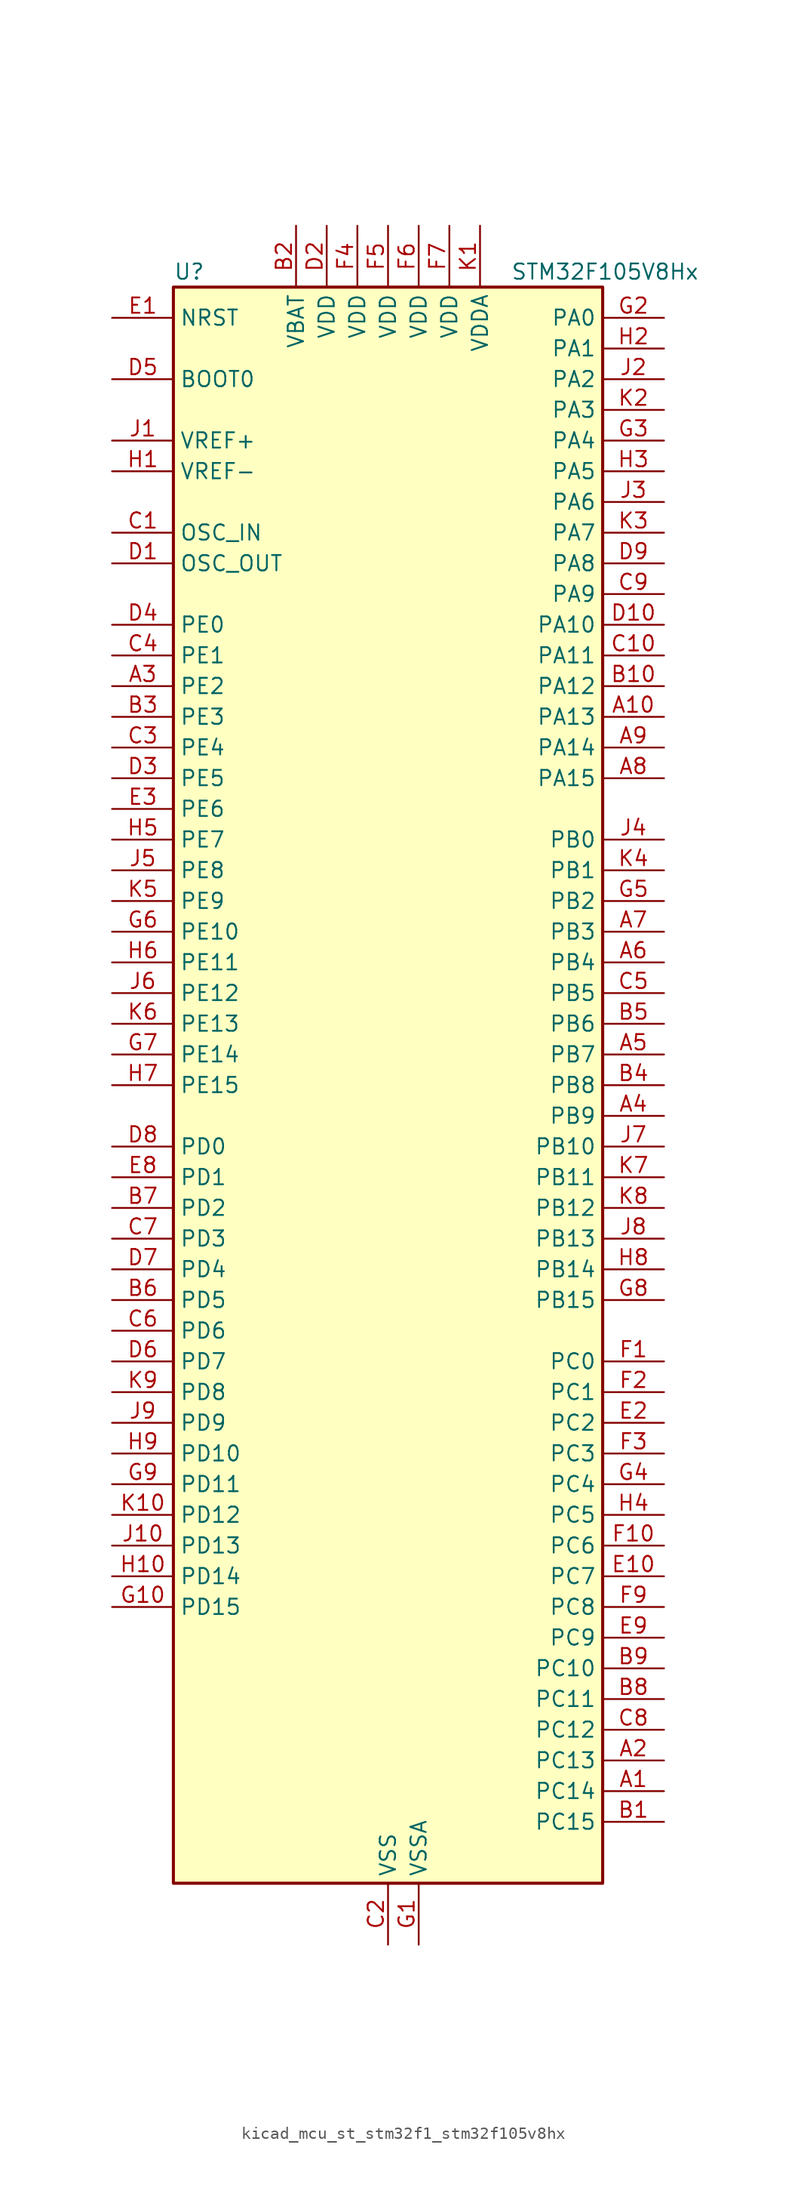
<source format=kicad_sym>
(kicad_symbol_lib
  (version 20220914)
  (generator kicad_symbol_editor)
  (symbol "kicad_mcu_st_stm32f1_stm32f105v8hx"
    (property "Reference" "U"
      (at -17.78 67.31 0)
      (effects (font (size 1.27 1.27)) (justify left)))
    (property "Value" "STM32F105V8Hx"
      (at 10.16 67.31 0)
      (effects (font (size 1.27 1.27)) (justify left)))
    (property "ki_locked" ""
      (at 0 0 0)
      (effects (font (size 1.27 1.27))))
    (symbol "kicad_mcu_st_stm32f1_stm32f105v8hx_0_1"
      (rectangle (start -17.78 -66.04) (end 17.78 66.04) (stroke (width 0.254) (type default)) (fill (type background))))
    (symbol "kicad_mcu_st_stm32f1_stm32f105v8hx_1_1"
      (pin bidirectional line (at 22.86 -58.42 180) (length 5.08) (name "PC14" (effects (font (size 1.27 1.27)))) (number "A1" (effects (font (size 1.27 1.27)))) (alternate "RCC_OSC32_IN" bidirectional line))
      (pin bidirectional line (at 22.86 30.48 180) (length 5.08) (name "PA13" (effects (font (size 1.27 1.27)))) (number "A10" (effects (font (size 1.27 1.27)))) (alternate "SYS_JTMS-SWDIO" bidirectional line))
      (pin bidirectional line (at 22.86 -55.88 180) (length 5.08) (name "PC13" (effects (font (size 1.27 1.27)))) (number "A2" (effects (font (size 1.27 1.27)))) (alternate "RTC_OUT" bidirectional line) (alternate "RTC_TAMPER" bidirectional line))
      (pin bidirectional line (at -22.86 33.02 0) (length 5.08) (name "PE2" (effects (font (size 1.27 1.27)))) (number "A3" (effects (font (size 1.27 1.27)))) (alternate "SYS_TRACECLK" bidirectional line))
      (pin bidirectional line (at 22.86 -2.54 180) (length 5.08) (name "PB9" (effects (font (size 1.27 1.27)))) (number "A4" (effects (font (size 1.27 1.27)))) (alternate "CAN1_TX" bidirectional line) (alternate "DAC_EXTI9" bidirectional line) (alternate "I2C1_SDA" bidirectional line) (alternate "TIM4_CH4" bidirectional line))
      (pin bidirectional line (at 22.86 2.54 180) (length 5.08) (name "PB7" (effects (font (size 1.27 1.27)))) (number "A5" (effects (font (size 1.27 1.27)))) (alternate "I2C1_SDA" bidirectional line) (alternate "TIM4_CH2" bidirectional line) (alternate "USART1_RX" bidirectional line))
      (pin bidirectional line (at 22.86 10.16 180) (length 5.08) (name "PB4" (effects (font (size 1.27 1.27)))) (number "A6" (effects (font (size 1.27 1.27)))) (alternate "SPI1_MISO" bidirectional line) (alternate "SPI3_MISO" bidirectional line) (alternate "SYS_NJTRST" bidirectional line) (alternate "TIM3_CH1" bidirectional line))
      (pin bidirectional line (at 22.86 12.7 180) (length 5.08) (name "PB3" (effects (font (size 1.27 1.27)))) (number "A7" (effects (font (size 1.27 1.27)))) (alternate "I2S3_CK" bidirectional line) (alternate "SPI1_SCK" bidirectional line) (alternate "SPI3_SCK" bidirectional line) (alternate "SYS_JTDO" bidirectional line) (alternate "SYS_TRACESWO" bidirectional line) (alternate "TIM2_CH2" bidirectional line))
      (pin bidirectional line (at 22.86 25.4 180) (length 5.08) (name "PA15" (effects (font (size 1.27 1.27)))) (number "A8" (effects (font (size 1.27 1.27)))) (alternate "ADC1_EXTI15" bidirectional line) (alternate "ADC2_EXTI15" bidirectional line) (alternate "I2S3_WS" bidirectional line) (alternate "SPI1_NSS" bidirectional line) (alternate "SPI3_NSS" bidirectional line) (alternate "SYS_JTDI" bidirectional line) (alternate "TIM2_CH1" bidirectional line) (alternate "TIM2_ETR" bidirectional line))
      (pin bidirectional line (at 22.86 27.94 180) (length 5.08) (name "PA14" (effects (font (size 1.27 1.27)))) (number "A9" (effects (font (size 1.27 1.27)))) (alternate "SYS_JTCK-SWCLK" bidirectional line))
      (pin bidirectional line (at 22.86 -60.96 180) (length 5.08) (name "PC15" (effects (font (size 1.27 1.27)))) (number "B1" (effects (font (size 1.27 1.27)))) (alternate "ADC1_EXTI15" bidirectional line) (alternate "ADC2_EXTI15" bidirectional line) (alternate "RCC_OSC32_OUT" bidirectional line))
      (pin bidirectional line (at 22.86 33.02 180) (length 5.08) (name "PA12" (effects (font (size 1.27 1.27)))) (number "B10" (effects (font (size 1.27 1.27)))) (alternate "CAN1_TX" bidirectional line) (alternate "TIM1_ETR" bidirectional line) (alternate "USART1_RTS" bidirectional line) (alternate "USB_OTG_FS_DP" bidirectional line))
      (pin power_in line (at -7.62 71.12 270) (length 5.08) (name "VBAT" (effects (font (size 1.27 1.27)))) (number "B2" (effects (font (size 1.27 1.27)))))
      (pin bidirectional line (at -22.86 30.48 0) (length 5.08) (name "PE3" (effects (font (size 1.27 1.27)))) (number "B3" (effects (font (size 1.27 1.27)))) (alternate "SYS_TRACED0" bidirectional line))
      (pin bidirectional line (at 22.86 0 180) (length 5.08) (name "PB8" (effects (font (size 1.27 1.27)))) (number "B4" (effects (font (size 1.27 1.27)))) (alternate "CAN1_RX" bidirectional line) (alternate "I2C1_SCL" bidirectional line) (alternate "TIM4_CH3" bidirectional line))
      (pin bidirectional line (at 22.86 5.08 180) (length 5.08) (name "PB6" (effects (font (size 1.27 1.27)))) (number "B5" (effects (font (size 1.27 1.27)))) (alternate "CAN2_TX" bidirectional line) (alternate "I2C1_SCL" bidirectional line) (alternate "TIM4_CH1" bidirectional line) (alternate "USART1_TX" bidirectional line))
      (pin bidirectional line (at -22.86 -17.78 0) (length 5.08) (name "PD5" (effects (font (size 1.27 1.27)))) (number "B6" (effects (font (size 1.27 1.27)))) (alternate "USART2_TX" bidirectional line))
      (pin bidirectional line (at -22.86 -10.16 0) (length 5.08) (name "PD2" (effects (font (size 1.27 1.27)))) (number "B7" (effects (font (size 1.27 1.27)))) (alternate "TIM3_ETR" bidirectional line) (alternate "UART5_RX" bidirectional line))
      (pin bidirectional line (at 22.86 -50.8 180) (length 5.08) (name "PC11" (effects (font (size 1.27 1.27)))) (number "B8" (effects (font (size 1.27 1.27)))) (alternate "ADC1_EXTI11" bidirectional line) (alternate "ADC2_EXTI11" bidirectional line) (alternate "SPI3_MISO" bidirectional line) (alternate "UART4_RX" bidirectional line) (alternate "USART3_RX" bidirectional line))
      (pin bidirectional line (at 22.86 -48.26 180) (length 5.08) (name "PC10" (effects (font (size 1.27 1.27)))) (number "B9" (effects (font (size 1.27 1.27)))) (alternate "I2S3_CK" bidirectional line) (alternate "SPI3_SCK" bidirectional line) (alternate "UART4_TX" bidirectional line) (alternate "USART3_TX" bidirectional line))
      (pin input line (at -22.86 45.72 0) (length 5.08) (name "OSC_IN" (effects (font (size 1.27 1.27)))) (number "C1" (effects (font (size 1.27 1.27)))) (alternate "RCC_OSC_IN" bidirectional line))
      (pin bidirectional line (at 22.86 35.56 180) (length 5.08) (name "PA11" (effects (font (size 1.27 1.27)))) (number "C10" (effects (font (size 1.27 1.27)))) (alternate "ADC1_EXTI11" bidirectional line) (alternate "ADC2_EXTI11" bidirectional line) (alternate "CAN1_RX" bidirectional line) (alternate "TIM1_CH4" bidirectional line) (alternate "USART1_CTS" bidirectional line) (alternate "USB_OTG_FS_DM" bidirectional line))
      (pin power_in line (at 0 -71.12 90) (length 5.08) (name "VSS" (effects (font (size 1.27 1.27)))) (number "C2" (effects (font (size 1.27 1.27)))))
      (pin bidirectional line (at -22.86 27.94 0) (length 5.08) (name "PE4" (effects (font (size 1.27 1.27)))) (number "C3" (effects (font (size 1.27 1.27)))) (alternate "SYS_TRACED1" bidirectional line))
      (pin bidirectional line (at -22.86 35.56 0) (length 5.08) (name "PE1" (effects (font (size 1.27 1.27)))) (number "C4" (effects (font (size 1.27 1.27)))))
      (pin bidirectional line (at 22.86 7.62 180) (length 5.08) (name "PB5" (effects (font (size 1.27 1.27)))) (number "C5" (effects (font (size 1.27 1.27)))) (alternate "CAN2_RX" bidirectional line) (alternate "I2C1_SMBA" bidirectional line) (alternate "I2S3_SD" bidirectional line) (alternate "SPI1_MOSI" bidirectional line) (alternate "SPI3_MOSI" bidirectional line) (alternate "TIM3_CH2" bidirectional line))
      (pin bidirectional line (at -22.86 -20.32 0) (length 5.08) (name "PD6" (effects (font (size 1.27 1.27)))) (number "C6" (effects (font (size 1.27 1.27)))) (alternate "USART2_RX" bidirectional line))
      (pin bidirectional line (at -22.86 -12.7 0) (length 5.08) (name "PD3" (effects (font (size 1.27 1.27)))) (number "C7" (effects (font (size 1.27 1.27)))) (alternate "USART2_CTS" bidirectional line))
      (pin bidirectional line (at 22.86 -53.34 180) (length 5.08) (name "PC12" (effects (font (size 1.27 1.27)))) (number "C8" (effects (font (size 1.27 1.27)))) (alternate "I2S3_SD" bidirectional line) (alternate "SPI3_MOSI" bidirectional line) (alternate "UART5_TX" bidirectional line) (alternate "USART3_CK" bidirectional line))
      (pin bidirectional line (at 22.86 40.64 180) (length 5.08) (name "PA9" (effects (font (size 1.27 1.27)))) (number "C9" (effects (font (size 1.27 1.27)))) (alternate "DAC_EXTI9" bidirectional line) (alternate "TIM1_CH2" bidirectional line) (alternate "USART1_TX" bidirectional line) (alternate "USB_OTG_FS_VBUS" bidirectional line))
      (pin input line (at -22.86 43.18 0) (length 5.08) (name "OSC_OUT" (effects (font (size 1.27 1.27)))) (number "D1" (effects (font (size 1.27 1.27)))) (alternate "RCC_OSC_OUT" bidirectional line))
      (pin bidirectional line (at 22.86 38.1 180) (length 5.08) (name "PA10" (effects (font (size 1.27 1.27)))) (number "D10" (effects (font (size 1.27 1.27)))) (alternate "TIM1_CH3" bidirectional line) (alternate "USART1_RX" bidirectional line) (alternate "USB_OTG_FS_ID" bidirectional line))
      (pin power_in line (at -5.08 71.12 270) (length 5.08) (name "VDD" (effects (font (size 1.27 1.27)))) (number "D2" (effects (font (size 1.27 1.27)))))
      (pin bidirectional line (at -22.86 25.4 0) (length 5.08) (name "PE5" (effects (font (size 1.27 1.27)))) (number "D3" (effects (font (size 1.27 1.27)))) (alternate "SYS_TRACED2" bidirectional line))
      (pin bidirectional line (at -22.86 38.1 0) (length 5.08) (name "PE0" (effects (font (size 1.27 1.27)))) (number "D4" (effects (font (size 1.27 1.27)))) (alternate "TIM4_ETR" bidirectional line))
      (pin input line (at -22.86 58.42 0) (length 5.08) (name "BOOT0" (effects (font (size 1.27 1.27)))) (number "D5" (effects (font (size 1.27 1.27)))))
      (pin bidirectional line (at -22.86 -22.86 0) (length 5.08) (name "PD7" (effects (font (size 1.27 1.27)))) (number "D6" (effects (font (size 1.27 1.27)))) (alternate "USART2_CK" bidirectional line))
      (pin bidirectional line (at -22.86 -15.24 0) (length 5.08) (name "PD4" (effects (font (size 1.27 1.27)))) (number "D7" (effects (font (size 1.27 1.27)))) (alternate "USART2_RTS" bidirectional line))
      (pin bidirectional line (at -22.86 -5.08 0) (length 5.08) (name "PD0" (effects (font (size 1.27 1.27)))) (number "D8" (effects (font (size 1.27 1.27)))) (alternate "CAN1_RX" bidirectional line))
      (pin bidirectional line (at 22.86 43.18 180) (length 5.08) (name "PA8" (effects (font (size 1.27 1.27)))) (number "D9" (effects (font (size 1.27 1.27)))) (alternate "RCC_MCO" bidirectional line) (alternate "TIM1_CH1" bidirectional line) (alternate "USART1_CK" bidirectional line) (alternate "USB_OTG_FS_SOF" bidirectional line))
      (pin input line (at -22.86 63.5 0) (length 5.08) (name "NRST" (effects (font (size 1.27 1.27)))) (number "E1" (effects (font (size 1.27 1.27)))))
      (pin bidirectional line (at 22.86 -40.64 180) (length 5.08) (name "PC7" (effects (font (size 1.27 1.27)))) (number "E10" (effects (font (size 1.27 1.27)))) (alternate "I2S3_MCK" bidirectional line) (alternate "TIM3_CH2" bidirectional line))
      (pin bidirectional line (at 22.86 -27.94 180) (length 5.08) (name "PC2" (effects (font (size 1.27 1.27)))) (number "E2" (effects (font (size 1.27 1.27)))) (alternate "ADC1_IN12" bidirectional line) (alternate "ADC2_IN12" bidirectional line))
      (pin bidirectional line (at -22.86 22.86 0) (length 5.08) (name "PE6" (effects (font (size 1.27 1.27)))) (number "E3" (effects (font (size 1.27 1.27)))) (alternate "SYS_TRACED3" bidirectional line))
      (pin passive line (at 0 -71.12 90) (length 5.08) hide (name "VSS" (effects (font (size 1.27 1.27)))) (number "E4" (effects (font (size 1.27 1.27)))))
      (pin passive line (at 0 -71.12 90) (length 5.08) hide (name "VSS" (effects (font (size 1.27 1.27)))) (number "E5" (effects (font (size 1.27 1.27)))))
      (pin passive line (at 0 -71.12 90) (length 5.08) hide (name "VSS" (effects (font (size 1.27 1.27)))) (number "E6" (effects (font (size 1.27 1.27)))))
      (pin passive line (at 0 -71.12 90) (length 5.08) hide (name "VSS" (effects (font (size 1.27 1.27)))) (number "E7" (effects (font (size 1.27 1.27)))))
      (pin bidirectional line (at -22.86 -7.62 0) (length 5.08) (name "PD1" (effects (font (size 1.27 1.27)))) (number "E8" (effects (font (size 1.27 1.27)))) (alternate "CAN1_TX" bidirectional line))
      (pin bidirectional line (at 22.86 -45.72 180) (length 5.08) (name "PC9" (effects (font (size 1.27 1.27)))) (number "E9" (effects (font (size 1.27 1.27)))) (alternate "DAC_EXTI9" bidirectional line) (alternate "TIM3_CH4" bidirectional line))
      (pin bidirectional line (at 22.86 -22.86 180) (length 5.08) (name "PC0" (effects (font (size 1.27 1.27)))) (number "F1" (effects (font (size 1.27 1.27)))) (alternate "ADC1_IN10" bidirectional line) (alternate "ADC2_IN10" bidirectional line))
      (pin bidirectional line (at 22.86 -38.1 180) (length 5.08) (name "PC6" (effects (font (size 1.27 1.27)))) (number "F10" (effects (font (size 1.27 1.27)))) (alternate "I2S2_MCK" bidirectional line) (alternate "TIM3_CH1" bidirectional line))
      (pin bidirectional line (at 22.86 -25.4 180) (length 5.08) (name "PC1" (effects (font (size 1.27 1.27)))) (number "F2" (effects (font (size 1.27 1.27)))) (alternate "ADC1_IN11" bidirectional line) (alternate "ADC2_IN11" bidirectional line))
      (pin bidirectional line (at 22.86 -30.48 180) (length 5.08) (name "PC3" (effects (font (size 1.27 1.27)))) (number "F3" (effects (font (size 1.27 1.27)))) (alternate "ADC1_IN13" bidirectional line) (alternate "ADC2_IN13" bidirectional line))
      (pin power_in line (at -2.54 71.12 270) (length 5.08) (name "VDD" (effects (font (size 1.27 1.27)))) (number "F4" (effects (font (size 1.27 1.27)))))
      (pin power_in line (at 0 71.12 270) (length 5.08) (name "VDD" (effects (font (size 1.27 1.27)))) (number "F5" (effects (font (size 1.27 1.27)))))
      (pin power_in line (at 2.54 71.12 270) (length 5.08) (name "VDD" (effects (font (size 1.27 1.27)))) (number "F6" (effects (font (size 1.27 1.27)))))
      (pin power_in line (at 5.08 71.12 270) (length 5.08) (name "VDD" (effects (font (size 1.27 1.27)))) (number "F7" (effects (font (size 1.27 1.27)))))
      (pin no_connect line (at -17.78 -66.04 0) (length 5.08) hide (name "NC" (effects (font (size 1.27 1.27)))) (number "F8" (effects (font (size 1.27 1.27)))))
      (pin bidirectional line (at 22.86 -43.18 180) (length 5.08) (name "PC8" (effects (font (size 1.27 1.27)))) (number "F9" (effects (font (size 1.27 1.27)))) (alternate "TIM3_CH3" bidirectional line))
      (pin power_in line (at 2.54 -71.12 90) (length 5.08) (name "VSSA" (effects (font (size 1.27 1.27)))) (number "G1" (effects (font (size 1.27 1.27)))))
      (pin bidirectional line (at -22.86 -43.18 0) (length 5.08) (name "PD15" (effects (font (size 1.27 1.27)))) (number "G10" (effects (font (size 1.27 1.27)))) (alternate "ADC1_EXTI15" bidirectional line) (alternate "ADC2_EXTI15" bidirectional line) (alternate "TIM4_CH4" bidirectional line))
      (pin bidirectional line (at 22.86 63.5 180) (length 5.08) (name "PA0" (effects (font (size 1.27 1.27)))) (number "G2" (effects (font (size 1.27 1.27)))) (alternate "ADC1_IN0" bidirectional line) (alternate "ADC2_IN0" bidirectional line) (alternate "SYS_WKUP" bidirectional line) (alternate "TIM2_CH1" bidirectional line) (alternate "TIM2_ETR" bidirectional line) (alternate "TIM5_CH1" bidirectional line) (alternate "USART2_CTS" bidirectional line))
      (pin bidirectional line (at 22.86 53.34 180) (length 5.08) (name "PA4" (effects (font (size 1.27 1.27)))) (number "G3" (effects (font (size 1.27 1.27)))) (alternate "ADC1_IN4" bidirectional line) (alternate "ADC2_IN4" bidirectional line) (alternate "DAC_OUT1" bidirectional line) (alternate "I2S3_WS" bidirectional line) (alternate "SPI1_NSS" bidirectional line) (alternate "SPI3_NSS" bidirectional line) (alternate "USART2_CK" bidirectional line))
      (pin bidirectional line (at 22.86 -33.02 180) (length 5.08) (name "PC4" (effects (font (size 1.27 1.27)))) (number "G4" (effects (font (size 1.27 1.27)))) (alternate "ADC1_IN14" bidirectional line) (alternate "ADC2_IN14" bidirectional line))
      (pin bidirectional line (at 22.86 15.24 180) (length 5.08) (name "PB2" (effects (font (size 1.27 1.27)))) (number "G5" (effects (font (size 1.27 1.27)))))
      (pin bidirectional line (at -22.86 12.7 0) (length 5.08) (name "PE10" (effects (font (size 1.27 1.27)))) (number "G6" (effects (font (size 1.27 1.27)))) (alternate "TIM1_CH2N" bidirectional line))
      (pin bidirectional line (at -22.86 2.54 0) (length 5.08) (name "PE14" (effects (font (size 1.27 1.27)))) (number "G7" (effects (font (size 1.27 1.27)))) (alternate "TIM1_CH4" bidirectional line))
      (pin bidirectional line (at 22.86 -17.78 180) (length 5.08) (name "PB15" (effects (font (size 1.27 1.27)))) (number "G8" (effects (font (size 1.27 1.27)))) (alternate "ADC1_EXTI15" bidirectional line) (alternate "ADC2_EXTI15" bidirectional line) (alternate "I2S2_SD" bidirectional line) (alternate "SPI2_MOSI" bidirectional line) (alternate "TIM1_CH3N" bidirectional line))
      (pin bidirectional line (at -22.86 -33.02 0) (length 5.08) (name "PD11" (effects (font (size 1.27 1.27)))) (number "G9" (effects (font (size 1.27 1.27)))) (alternate "ADC1_EXTI11" bidirectional line) (alternate "ADC2_EXTI11" bidirectional line) (alternate "USART3_CTS" bidirectional line))
      (pin input line (at -22.86 50.8 0) (length 5.08) (name "VREF-" (effects (font (size 1.27 1.27)))) (number "H1" (effects (font (size 1.27 1.27)))))
      (pin bidirectional line (at -22.86 -40.64 0) (length 5.08) (name "PD14" (effects (font (size 1.27 1.27)))) (number "H10" (effects (font (size 1.27 1.27)))) (alternate "TIM4_CH3" bidirectional line))
      (pin bidirectional line (at 22.86 60.96 180) (length 5.08) (name "PA1" (effects (font (size 1.27 1.27)))) (number "H2" (effects (font (size 1.27 1.27)))) (alternate "ADC1_IN1" bidirectional line) (alternate "ADC2_IN1" bidirectional line) (alternate "TIM2_CH2" bidirectional line) (alternate "TIM5_CH2" bidirectional line) (alternate "USART2_RTS" bidirectional line))
      (pin bidirectional line (at 22.86 50.8 180) (length 5.08) (name "PA5" (effects (font (size 1.27 1.27)))) (number "H3" (effects (font (size 1.27 1.27)))) (alternate "ADC1_IN5" bidirectional line) (alternate "ADC2_IN5" bidirectional line) (alternate "DAC_OUT2" bidirectional line) (alternate "SPI1_SCK" bidirectional line))
      (pin bidirectional line (at 22.86 -35.56 180) (length 5.08) (name "PC5" (effects (font (size 1.27 1.27)))) (number "H4" (effects (font (size 1.27 1.27)))) (alternate "ADC1_IN15" bidirectional line) (alternate "ADC2_IN15" bidirectional line))
      (pin bidirectional line (at -22.86 20.32 0) (length 5.08) (name "PE7" (effects (font (size 1.27 1.27)))) (number "H5" (effects (font (size 1.27 1.27)))) (alternate "TIM1_ETR" bidirectional line))
      (pin bidirectional line (at -22.86 10.16 0) (length 5.08) (name "PE11" (effects (font (size 1.27 1.27)))) (number "H6" (effects (font (size 1.27 1.27)))) (alternate "ADC1_EXTI11" bidirectional line) (alternate "ADC2_EXTI11" bidirectional line) (alternate "TIM1_CH2" bidirectional line))
      (pin bidirectional line (at -22.86 0 0) (length 5.08) (name "PE15" (effects (font (size 1.27 1.27)))) (number "H7" (effects (font (size 1.27 1.27)))) (alternate "ADC1_EXTI15" bidirectional line) (alternate "ADC2_EXTI15" bidirectional line) (alternate "TIM1_BKIN" bidirectional line))
      (pin bidirectional line (at 22.86 -15.24 180) (length 5.08) (name "PB14" (effects (font (size 1.27 1.27)))) (number "H8" (effects (font (size 1.27 1.27)))) (alternate "SPI2_MISO" bidirectional line) (alternate "TIM1_CH2N" bidirectional line) (alternate "USART3_RTS" bidirectional line))
      (pin bidirectional line (at -22.86 -30.48 0) (length 5.08) (name "PD10" (effects (font (size 1.27 1.27)))) (number "H9" (effects (font (size 1.27 1.27)))) (alternate "USART3_CK" bidirectional line))
      (pin input line (at -22.86 53.34 0) (length 5.08) (name "VREF+" (effects (font (size 1.27 1.27)))) (number "J1" (effects (font (size 1.27 1.27)))))
      (pin bidirectional line (at -22.86 -38.1 0) (length 5.08) (name "PD13" (effects (font (size 1.27 1.27)))) (number "J10" (effects (font (size 1.27 1.27)))) (alternate "TIM4_CH2" bidirectional line))
      (pin bidirectional line (at 22.86 58.42 180) (length 5.08) (name "PA2" (effects (font (size 1.27 1.27)))) (number "J2" (effects (font (size 1.27 1.27)))) (alternate "ADC1_IN2" bidirectional line) (alternate "ADC2_IN2" bidirectional line) (alternate "TIM2_CH3" bidirectional line) (alternate "TIM5_CH3" bidirectional line) (alternate "USART2_TX" bidirectional line))
      (pin bidirectional line (at 22.86 48.26 180) (length 5.08) (name "PA6" (effects (font (size 1.27 1.27)))) (number "J3" (effects (font (size 1.27 1.27)))) (alternate "ADC1_IN6" bidirectional line) (alternate "ADC2_IN6" bidirectional line) (alternate "SPI1_MISO" bidirectional line) (alternate "TIM1_BKIN" bidirectional line) (alternate "TIM3_CH1" bidirectional line))
      (pin bidirectional line (at 22.86 20.32 180) (length 5.08) (name "PB0" (effects (font (size 1.27 1.27)))) (number "J4" (effects (font (size 1.27 1.27)))) (alternate "ADC1_IN8" bidirectional line) (alternate "ADC2_IN8" bidirectional line) (alternate "TIM1_CH2N" bidirectional line) (alternate "TIM3_CH3" bidirectional line))
      (pin bidirectional line (at -22.86 17.78 0) (length 5.08) (name "PE8" (effects (font (size 1.27 1.27)))) (number "J5" (effects (font (size 1.27 1.27)))) (alternate "TIM1_CH1N" bidirectional line))
      (pin bidirectional line (at -22.86 7.62 0) (length 5.08) (name "PE12" (effects (font (size 1.27 1.27)))) (number "J6" (effects (font (size 1.27 1.27)))) (alternate "TIM1_CH3N" bidirectional line))
      (pin bidirectional line (at 22.86 -5.08 180) (length 5.08) (name "PB10" (effects (font (size 1.27 1.27)))) (number "J7" (effects (font (size 1.27 1.27)))) (alternate "I2C2_SCL" bidirectional line) (alternate "TIM2_CH3" bidirectional line) (alternate "USART3_TX" bidirectional line))
      (pin bidirectional line (at 22.86 -12.7 180) (length 5.08) (name "PB13" (effects (font (size 1.27 1.27)))) (number "J8" (effects (font (size 1.27 1.27)))) (alternate "CAN2_TX" bidirectional line) (alternate "I2S2_CK" bidirectional line) (alternate "SPI2_SCK" bidirectional line) (alternate "TIM1_CH1N" bidirectional line) (alternate "USART3_CTS" bidirectional line))
      (pin bidirectional line (at -22.86 -27.94 0) (length 5.08) (name "PD9" (effects (font (size 1.27 1.27)))) (number "J9" (effects (font (size 1.27 1.27)))) (alternate "DAC_EXTI9" bidirectional line) (alternate "USART3_RX" bidirectional line))
      (pin power_in line (at 7.62 71.12 270) (length 5.08) (name "VDDA" (effects (font (size 1.27 1.27)))) (number "K1" (effects (font (size 1.27 1.27)))))
      (pin bidirectional line (at -22.86 -35.56 0) (length 5.08) (name "PD12" (effects (font (size 1.27 1.27)))) (number "K10" (effects (font (size 1.27 1.27)))) (alternate "TIM4_CH1" bidirectional line) (alternate "USART3_RTS" bidirectional line))
      (pin bidirectional line (at 22.86 55.88 180) (length 5.08) (name "PA3" (effects (font (size 1.27 1.27)))) (number "K2" (effects (font (size 1.27 1.27)))) (alternate "ADC1_IN3" bidirectional line) (alternate "ADC2_IN3" bidirectional line) (alternate "TIM2_CH4" bidirectional line) (alternate "TIM5_CH4" bidirectional line) (alternate "USART2_RX" bidirectional line))
      (pin bidirectional line (at 22.86 45.72 180) (length 5.08) (name "PA7" (effects (font (size 1.27 1.27)))) (number "K3" (effects (font (size 1.27 1.27)))) (alternate "ADC1_IN7" bidirectional line) (alternate "ADC2_IN7" bidirectional line) (alternate "SPI1_MOSI" bidirectional line) (alternate "TIM1_CH1N" bidirectional line) (alternate "TIM3_CH2" bidirectional line))
      (pin bidirectional line (at 22.86 17.78 180) (length 5.08) (name "PB1" (effects (font (size 1.27 1.27)))) (number "K4" (effects (font (size 1.27 1.27)))) (alternate "ADC1_IN9" bidirectional line) (alternate "ADC2_IN9" bidirectional line) (alternate "TIM1_CH3N" bidirectional line) (alternate "TIM3_CH4" bidirectional line))
      (pin bidirectional line (at -22.86 15.24 0) (length 5.08) (name "PE9" (effects (font (size 1.27 1.27)))) (number "K5" (effects (font (size 1.27 1.27)))) (alternate "DAC_EXTI9" bidirectional line) (alternate "TIM1_CH1" bidirectional line))
      (pin bidirectional line (at -22.86 5.08 0) (length 5.08) (name "PE13" (effects (font (size 1.27 1.27)))) (number "K6" (effects (font (size 1.27 1.27)))) (alternate "TIM1_CH3" bidirectional line))
      (pin bidirectional line (at 22.86 -7.62 180) (length 5.08) (name "PB11" (effects (font (size 1.27 1.27)))) (number "K7" (effects (font (size 1.27 1.27)))) (alternate "ADC1_EXTI11" bidirectional line) (alternate "ADC2_EXTI11" bidirectional line) (alternate "I2C2_SDA" bidirectional line) (alternate "TIM2_CH4" bidirectional line) (alternate "USART3_RX" bidirectional line))
      (pin bidirectional line (at 22.86 -10.16 180) (length 5.08) (name "PB12" (effects (font (size 1.27 1.27)))) (number "K8" (effects (font (size 1.27 1.27)))) (alternate "CAN2_RX" bidirectional line) (alternate "I2C2_SMBA" bidirectional line) (alternate "I2S2_WS" bidirectional line) (alternate "SPI2_NSS" bidirectional line) (alternate "TIM1_BKIN" bidirectional line) (alternate "USART3_CK" bidirectional line))
      (pin bidirectional line (at -22.86 -25.4 0) (length 5.08) (name "PD8" (effects (font (size 1.27 1.27)))) (number "K9" (effects (font (size 1.27 1.27)))) (alternate "USART3_TX" bidirectional line)))))
</source>
